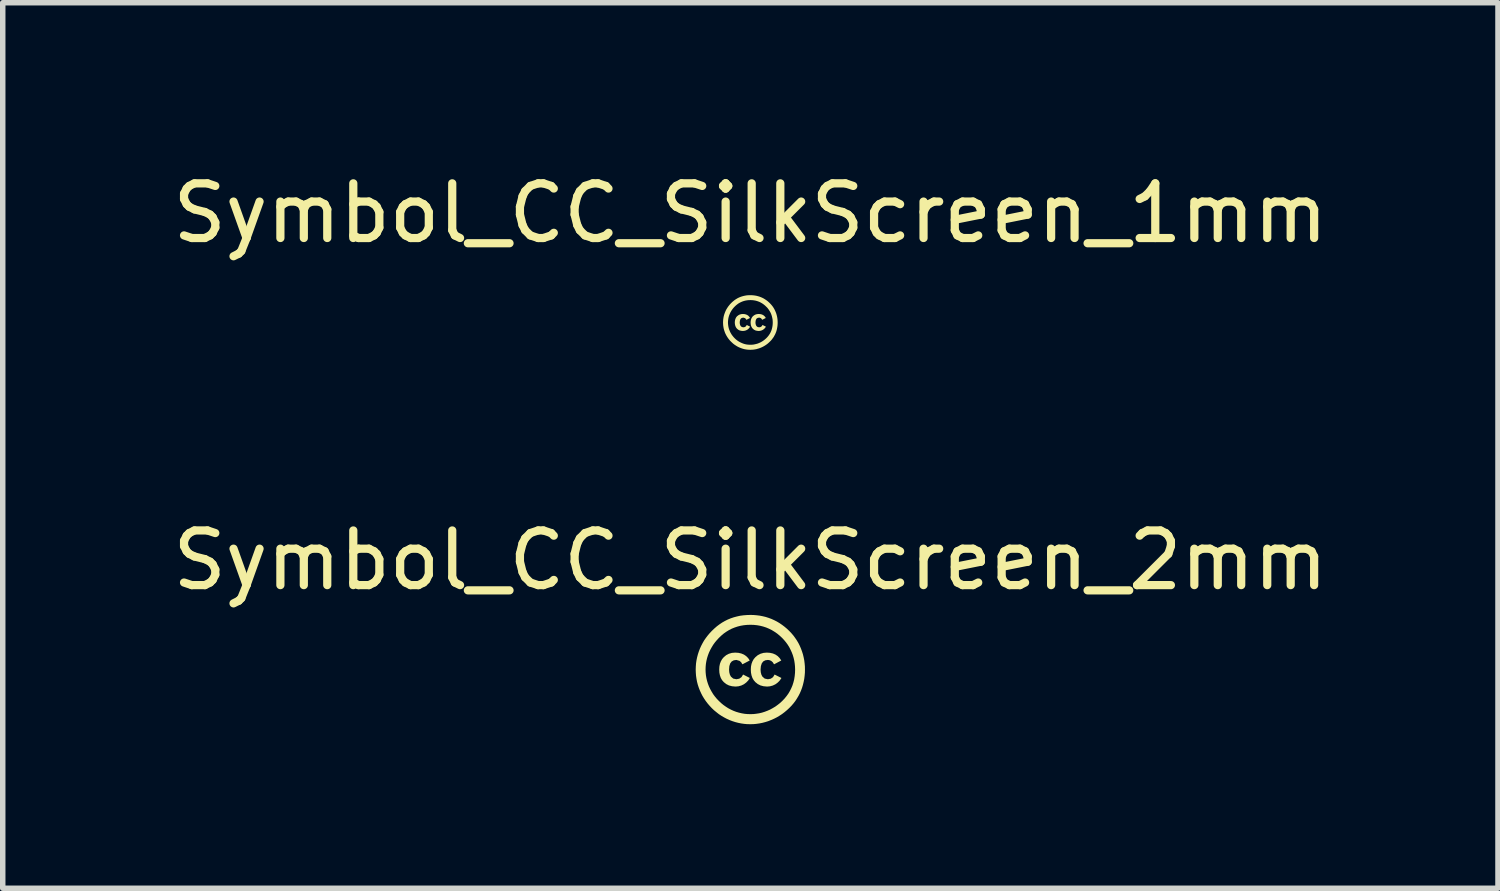
<source format=kicad_pcb>
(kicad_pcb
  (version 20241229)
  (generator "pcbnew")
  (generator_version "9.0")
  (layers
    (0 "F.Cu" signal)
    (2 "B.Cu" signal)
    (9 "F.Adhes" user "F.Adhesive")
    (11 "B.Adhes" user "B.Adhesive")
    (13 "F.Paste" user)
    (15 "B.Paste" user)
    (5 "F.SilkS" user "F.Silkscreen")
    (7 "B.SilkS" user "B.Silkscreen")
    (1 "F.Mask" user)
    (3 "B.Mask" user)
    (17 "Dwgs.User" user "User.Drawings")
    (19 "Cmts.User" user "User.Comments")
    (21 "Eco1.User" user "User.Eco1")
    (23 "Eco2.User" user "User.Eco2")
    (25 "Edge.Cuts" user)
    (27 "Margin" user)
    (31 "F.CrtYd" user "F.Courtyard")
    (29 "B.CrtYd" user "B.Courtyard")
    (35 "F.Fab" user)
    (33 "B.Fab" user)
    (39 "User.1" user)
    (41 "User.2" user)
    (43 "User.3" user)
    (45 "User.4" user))
  (footprint "Symbol_CC_SilkScreen_1mm"
    (layer "F.Cu")
    (at 10.673 2.848)
    (property "Reference" "Symbol_CC_SilkScreen_1mm" (at 0 -2 0) (layer "F.SilkS") (effects (font (size 1 1) (thickness 0.15))))
    (attr exclude_from_pos_files exclude_from_bom)
    (fp_poly (pts (xy -0.006 -0.083) (xy -0.073 -0.049) (xy -0.085 -0.068) (xy -0.099 -0.08) (xy -0.128 -0.089) (xy -0.152 -0.085) (xy -0.171 -0.075) (xy -0.184 -0.057) (xy -0.192 -0.032) (xy -0.195 -0.000435) (xy -0.193 0.025) (xy -0.187 0.046) (xy -0.178 0.064) (xy -0.157 0.082) (xy -0.128 0.088) (xy -0.102 0.083) (xy -0.081 0.069) (xy -0.066 0.045) (xy -0.005 0.076) (xy -0.02 0.099) (xy -0.038 0.118) (xy -0.059 0.134) (xy -0.083 0.145) (xy -0.109 0.152) (xy -0.136 0.155) (xy -0.168 0.152) (xy -0.197 0.145) (xy -0.222 0.132) (xy -0.244 0.114) (xy -0.259 0.096) (xy -0.27 0.076) (xy -0.278 0.053) (xy -0.283 0.028) (xy -0.285 -0.00042) (xy -0.283 -0.028) (xy -0.278 -0.053) (xy -0.27 -0.075) (xy -0.259 -0.096) (xy -0.244 -0.114) (xy -0.221 -0.132) (xy -0.197 -0.145) (xy -0.169 -0.153) (xy -0.139 -0.156) (xy -0.109 -0.154) (xy -0.083 -0.148) (xy -0.059 -0.138) (xy -0.038 -0.124) (xy -0.021 -0.105) (xy -0.006 -0.083)) (stroke (width 0) (type solid)) (fill yes) (layer "F.SilkS"))
    (fp_poly (pts (xy 0.282 -0.083) (xy 0.216 -0.049) (xy 0.204 -0.068) (xy 0.19 -0.08) (xy 0.175 -0.087) (xy 0.16 -0.089) (xy 0.136 -0.085) (xy 0.117 -0.075) (xy 0.104 -0.057) (xy 0.096 -0.032) (xy 0.093 -0.000435) (xy 0.095 0.025) (xy 0.101 0.046) (xy 0.11 0.064) (xy 0.131 0.082) (xy 0.16 0.088) (xy 0.186 0.083) (xy 0.207 0.069) (xy 0.222 0.045) (xy 0.284 0.076) (xy 0.269 0.099) (xy 0.25 0.118) (xy 0.229 0.134) (xy 0.205 0.145) (xy 0.18 0.152) (xy 0.153 0.155) (xy 0.121 0.152) (xy 0.092 0.145) (xy 0.067 0.132) (xy 0.045 0.114) (xy 0.03 0.096) (xy 0.019 0.076) (xy 0.01 0.053) (xy 0.006 0.028) (xy 0.004 -0.00042) (xy 0.006 -0.028) (xy 0.011 -0.053) (xy 0.019 -0.075) (xy 0.031 -0.096) (xy 0.045 -0.114) (xy 0.068 -0.132) (xy 0.092 -0.145) (xy 0.12 -0.153) (xy 0.15 -0.156) (xy 0.18 -0.154) (xy 0.206 -0.148) (xy 0.23 -0.138) (xy 0.25 -0.124) (xy 0.268 -0.105) (xy 0.282 -0.083)) (stroke (width 0) (type solid)) (fill yes) (layer "F.SilkS"))
    (fp_poly (pts (xy -0.001 -0.5) (xy 0.000418 -0.41) (xy 0.031 -0.409) (xy 0.06 -0.406) (xy 0.089 -0.401) (xy 0.117 -0.394) (xy 0.144 -0.385) (xy 0.171 -0.374) (xy 0.196 -0.361) (xy 0.221 -0.346) (xy 0.245 -0.329) (xy 0.268 -0.31) (xy 0.29 -0.289) (xy 0.309 -0.27) (xy 0.326 -0.249) (xy 0.341 -0.227) (xy 0.355 -0.205) (xy 0.368 -0.182) (xy 0.379 -0.157) (xy 0.388 -0.132) (xy 0.395 -0.107) (xy 0.401 -0.081) (xy 0.406 -0.055) (xy 0.408 -0.028) (xy 0.409 -0.000436) (xy 0.408 0.03) (xy 0.405 0.06) (xy 0.4 0.089) (xy 0.393 0.117) (xy 0.385 0.144) (xy 0.374 0.17) (xy 0.362 0.195) (xy 0.347 0.219) (xy 0.331 0.242) (xy 0.312 0.265) (xy 0.292 0.286) (xy 0.271 0.305) (xy 0.25 0.322) (xy 0.228 0.338) (xy 0.205 0.352) (xy 0.181 0.365) (xy 0.156 0.376) (xy 0.131 0.386) (xy 0.105 0.393) (xy 0.079 0.399) (xy 0.053 0.404) (xy 0.027 0.406) (xy 0.000418 0.407) (xy -0.026 0.406) (xy -0.053 0.404) (xy -0.079 0.4) (xy -0.105 0.394) (xy -0.13 0.386) (xy -0.155 0.376) (xy -0.179 0.365) (xy -0.202 0.353) (xy -0.225 0.339) (xy -0.247 0.323) (xy -0.268 0.306) (xy -0.288 0.287) (xy -0.307 0.267) (xy -0.324 0.246) (xy -0.34 0.225) (xy -0.354 0.202) (xy -0.367 0.179) (xy -0.378 0.154) (xy -0.388 0.129) (xy -0.396 0.104) (xy -0.402 0.078) (xy -0.406 0.052) (xy -0.409 0.026) (xy -0.41 -0.000436) (xy -0.409 -0.027) (xy -0.406 -0.054) (xy -0.402 -0.08) (xy -0.396 -0.106) (xy -0.388 -0.131) (xy -0.378 -0.156) (xy -0.367 -0.181) (xy -0.354 -0.204) (xy -0.34 -0.227) (xy -0.324 -0.249) (xy -0.307 -0.27) (xy -0.288 -0.29) (xy -0.266 -0.311) (xy -0.243 -0.33) (xy -0.22 -0.347) (xy -0.196 -0.361) (xy -0.17 -0.374) (xy -0.144 -0.385) (xy -0.117 -0.394) (xy -0.089 -0.401) (xy -0.06 -0.406) (xy -0.03 -0.409) (xy 0.000418 -0.41) (xy -0.001 -0.5) (xy -0.033 -0.499) (xy -0.064 -0.497) (xy -0.094 -0.492) (xy -0.123 -0.486) (xy -0.152 -0.478) (xy -0.179 -0.469) (xy -0.206 -0.458) (xy -0.233 -0.445) (xy -0.258 -0.43) (xy -0.283 -0.414) (xy -0.306 -0.396) (xy -0.33 -0.376) (xy -0.352 -0.355) (xy -0.372 -0.334) (xy -0.39 -0.312) (xy -0.408 -0.289) (xy -0.423 -0.266) (xy -0.438 -0.242) (xy -0.451 -0.217) (xy -0.462 -0.191) (xy -0.472 -0.165) (xy -0.481 -0.138) (xy -0.488 -0.111) (xy -0.493 -0.084) (xy -0.497 -0.056) (xy -0.499 -0.029) (xy -0.5 -0.000467) (xy -0.499 0.028) (xy -0.497 0.056) (xy -0.493 0.083) (xy -0.488 0.111) (xy -0.481 0.137) (xy -0.472 0.164) (xy -0.463 0.19) (xy -0.451 0.215) (xy -0.438 0.24) (xy -0.424 0.263) (xy -0.408 0.287) (xy -0.391 0.309) (xy -0.373 0.331) (xy -0.353 0.351) (xy -0.332 0.371) (xy -0.311 0.39) (xy -0.288 0.407) (xy -0.265 0.422) (xy -0.241 0.437) (xy -0.216 0.45) (xy -0.191 0.461) (xy -0.165 0.471) (xy -0.138 0.48) (xy -0.112 0.487) (xy -0.085 0.492) (xy -0.057 0.496) (xy -0.029 0.498) (xy -0.001 0.499) (xy 0.027 0.498) (xy 0.055 0.496) (xy 0.082 0.492) (xy 0.11 0.487) (xy 0.137 0.479) (xy 0.164 0.471) (xy 0.19 0.461) (xy 0.217 0.449) (xy 0.242 0.436) (xy 0.266 0.422) (xy 0.29 0.406) (xy 0.313 0.389) (xy 0.335 0.37) (xy 0.356 0.35) (xy 0.376 0.33) (xy 0.394 0.309) (xy 0.41 0.287) (xy 0.426 0.265) (xy 0.439 0.241) (xy 0.452 0.217) (xy 0.463 0.192) (xy 0.473 0.166) (xy 0.481 0.139) (xy 0.487 0.113) (xy 0.492 0.085) (xy 0.496 0.057) (xy 0.498 0.029) (xy 0.499 -0.000467) (xy 0.498 -0.029) (xy 0.496 -0.058) (xy 0.492 -0.086) (xy 0.487 -0.113) (xy 0.48 -0.14) (xy 0.472 -0.167) (xy 0.462 -0.193) (xy 0.451 -0.218) (xy 0.439 -0.243) (xy 0.425 -0.267) (xy 0.41 -0.29) (xy 0.393 -0.312) (xy 0.375 -0.333) (xy 0.355 -0.354) (xy 0.334 -0.374) (xy 0.312 -0.393) (xy 0.289 -0.41) (xy 0.266 -0.425) (xy 0.242 -0.44) (xy 0.218 -0.452) (xy 0.193 -0.463) (xy 0.167 -0.473) (xy 0.14 -0.481) (xy 0.113 -0.488) (xy 0.086 -0.493) (xy 0.057 -0.497) (xy 0.028 -0.499) (xy -0.001 -0.5)) (stroke (width 0) (type solid)) (fill yes) (layer "F.SilkS")))
  (footprint "Symbol_CC_SilkScreen_2mm"
    (layer "F.Cu")
    (at 10.673 9.196)
    (property "Reference" "Symbol_CC_SilkScreen_2mm" (at 0 -2 0) (layer "F.SilkS") (effects (font (size 1 1) (thickness 0.15))))
    (attr exclude_from_pos_files exclude_from_bom)
    (fp_poly (pts (xy -0.012 -0.167) (xy -0.146 -0.097) (xy -0.169 -0.135) (xy -0.198 -0.16) (xy -0.256 -0.177) (xy -0.304 -0.17) (xy -0.342 -0.149) (xy -0.369 -0.114) (xy -0.385 -0.064) (xy -0.39 -0.001) (xy -0.386 0.049) (xy -0.375 0.092) (xy -0.356 0.128) (xy -0.314 0.164) (xy -0.256 0.176) (xy -0.204 0.166) (xy -0.163 0.138) (xy -0.133 0.09) (xy -0.01 0.153) (xy -0.039 0.198) (xy -0.076 0.236) (xy -0.119 0.268) (xy -0.167 0.291) (xy -0.218 0.305) (xy -0.272 0.31) (xy -0.336 0.304) (xy -0.393 0.289) (xy -0.444 0.263) (xy -0.488 0.227) (xy -0.518 0.192) (xy -0.541 0.152) (xy -0.557 0.106) (xy -0.567 0.055) (xy -0.57 -0.001) (xy -0.567 -0.056) (xy -0.557 -0.106) (xy -0.54 -0.151) (xy -0.517 -0.192) (xy -0.487 -0.227) (xy -0.443 -0.264) (xy -0.393 -0.29) (xy -0.338 -0.306) (xy -0.278 -0.311) (xy -0.219 -0.307) (xy -0.166 -0.295) (xy -0.118 -0.275) (xy -0.077 -0.247) (xy -0.041 -0.211) (xy -0.012 -0.167)) (stroke (width 0) (type solid)) (fill yes) (layer "F.SilkS"))
    (fp_poly (pts (xy 0.565 -0.167) (xy 0.433 -0.097) (xy 0.409 -0.135) (xy 0.38 -0.16) (xy 0.349 -0.173) (xy 0.32 -0.177) (xy 0.272 -0.17) (xy 0.234 -0.149) (xy 0.208 -0.114) (xy 0.192 -0.064) (xy 0.186 -0.001) (xy 0.19 0.049) (xy 0.201 0.092) (xy 0.22 0.128) (xy 0.262 0.164) (xy 0.32 0.176) (xy 0.373 0.166) (xy 0.414 0.138) (xy 0.443 0.09) (xy 0.568 0.153) (xy 0.538 0.198) (xy 0.501 0.236) (xy 0.458 0.268) (xy 0.41 0.291) (xy 0.359 0.305) (xy 0.306 0.31) (xy 0.241 0.304) (xy 0.184 0.289) (xy 0.133 0.263) (xy 0.089 0.227) (xy 0.06 0.192) (xy 0.037 0.152) (xy 0.021 0.106) (xy 0.011 0.055) (xy 0.008 -0.001) (xy 0.011 -0.056) (xy 0.021 -0.106) (xy 0.038 -0.151) (xy 0.061 -0.192) (xy 0.091 -0.227) (xy 0.135 -0.264) (xy 0.185 -0.29) (xy 0.24 -0.306) (xy 0.301 -0.311) (xy 0.359 -0.307) (xy 0.412 -0.295) (xy 0.459 -0.275) (xy 0.5 -0.247) (xy 0.535 -0.211) (xy 0.565 -0.167)) (stroke (width 0) (type solid)) (fill yes) (layer "F.SilkS"))
    (fp_poly (pts (xy -0.003 -1) (xy 0.001 -0.82) (xy 0.062 -0.818) (xy 0.121 -0.812) (xy 0.178 -0.802) (xy 0.234 -0.788) (xy 0.289 -0.77) (xy 0.341 -0.748) (xy 0.393 -0.722) (xy 0.442 -0.692) (xy 0.49 -0.659) (xy 0.536 -0.621) (xy 0.581 -0.579) (xy 0.618 -0.539) (xy 0.652 -0.498) (xy 0.683 -0.455) (xy 0.711 -0.41) (xy 0.735 -0.363) (xy 0.757 -0.315) (xy 0.776 -0.265) (xy 0.791 -0.214) (xy 0.803 -0.162) (xy 0.811 -0.109) (xy 0.816 -0.056) (xy 0.818 -0.001) (xy 0.816 0.061) (xy 0.81 0.121) (xy 0.801 0.178) (xy 0.787 0.234) (xy 0.77 0.288) (xy 0.748 0.34) (xy 0.723 0.39) (xy 0.694 0.439) (xy 0.661 0.485) (xy 0.625 0.529) (xy 0.584 0.572) (xy 0.543 0.61) (xy 0.5 0.644) (xy 0.456 0.676) (xy 0.409 0.704) (xy 0.362 0.73) (xy 0.312 0.752) (xy 0.262 0.771) (xy 0.211 0.787) (xy 0.159 0.799) (xy 0.107 0.807) (xy 0.054 0.813) (xy 0.001 0.814) (xy -0.053 0.813) (xy -0.106 0.808) (xy -0.158 0.799) (xy -0.209 0.787) (xy -0.26 0.772) (xy -0.31 0.753) (xy -0.358 0.731) (xy -0.405 0.706) (xy -0.45 0.677) (xy -0.494 0.646) (xy -0.535 0.612) (xy -0.575 0.574) (xy -0.613 0.535) (xy -0.648 0.493) (xy -0.68 0.45) (xy -0.708 0.404) (xy -0.734 0.357) (xy -0.757 0.309) (xy -0.776 0.259) (xy -0.792 0.208) (xy -0.804 0.157) (xy -0.813 0.105) (xy -0.818 0.052) (xy -0.82 -0.001) (xy -0.818 -0.055) (xy -0.813 -0.108) (xy -0.804 -0.16) (xy -0.792 -0.211) (xy -0.776 -0.262) (xy -0.757 -0.312) (xy -0.734 -0.361) (xy -0.708 -0.408) (xy -0.68 -0.454) (xy -0.648 -0.498) (xy -0.613 -0.54) (xy -0.575 -0.581) (xy -0.532 -0.622) (xy -0.487 -0.66) (xy -0.44 -0.693) (xy -0.391 -0.723) (xy -0.34 -0.749) (xy -0.288 -0.77) (xy -0.234 -0.788) (xy -0.178 -0.802) (xy -0.12 -0.812) (xy -0.061 -0.818) (xy 0.001 -0.82) (xy -0.003 -1) (xy -0.066 -0.998) (xy -0.128 -0.993) (xy -0.188 -0.985) (xy -0.246 -0.972) (xy -0.303 -0.957) (xy -0.359 -0.938) (xy -0.413 -0.916) (xy -0.465 -0.89) (xy -0.516 -0.861) (xy -0.565 -0.828) (xy -0.613 -0.792) (xy -0.659 -0.752) (xy -0.704 -0.709) (xy -0.744 -0.667) (xy -0.781 -0.623) (xy -0.815 -0.578) (xy -0.847 -0.532) (xy -0.875 -0.483) (xy -0.901 -0.433) (xy -0.924 -0.382) (xy -0.944 -0.329) (xy -0.961 -0.276) (xy -0.975 -0.222) (xy -0.986 -0.168) (xy -0.994 -0.113) (xy -0.998 -0.057) (xy -1 -0.001) (xy -0.998 0.056) (xy -0.994 0.112) (xy -0.986 0.167) (xy -0.976 0.221) (xy -0.962 0.275) (xy -0.945 0.327) (xy -0.925 0.379) (xy -0.902 0.43) (xy -0.877 0.479) (xy -0.848 0.527) (xy -0.817 0.573) (xy -0.783 0.618) (xy -0.746 0.661) (xy -0.707 0.703) (xy -0.665 0.743) (xy -0.621 0.779) (xy -0.577 0.814) (xy -0.53 0.845) (xy -0.482 0.873) (xy -0.433 0.899) (xy -0.382 0.922) (xy -0.33 0.942) (xy -0.277 0.959) (xy -0.223 0.973) (xy -0.169 0.984) (xy -0.114 0.992) (xy -0.059 0.997) (xy -0.003 0.998) (xy 0.054 0.997) (xy 0.109 0.992) (xy 0.165 0.984) (xy 0.22 0.973) (xy 0.274 0.959) (xy 0.328 0.942) (xy 0.381 0.921) (xy 0.433 0.898) (xy 0.484 0.872) (xy 0.533 0.843) (xy 0.58 0.812) (xy 0.626 0.777) (xy 0.67 0.74) (xy 0.713 0.7) (xy 0.752 0.66) (xy 0.788 0.618) (xy 0.821 0.575) (xy 0.851 0.529) (xy 0.879 0.482) (xy 0.904 0.434) (xy 0.926 0.383) (xy 0.945 0.332) (xy 0.961 0.279) (xy 0.974 0.225) (xy 0.985 0.17) (xy 0.992 0.114) (xy 0.997 0.057) (xy 0.998 -0.001) (xy 0.997 -0.059) (xy 0.992 -0.115) (xy 0.985 -0.171) (xy 0.974 -0.226) (xy 0.961 -0.28) (xy 0.944 -0.333) (xy 0.925 -0.385) (xy 0.903 -0.436) (xy 0.878 -0.486) (xy 0.85 -0.533) (xy 0.819 -0.579) (xy 0.786 -0.624) (xy 0.75 -0.666) (xy 0.711 -0.707) (xy 0.668 -0.748) (xy 0.624 -0.785) (xy 0.579 -0.819) (xy 0.532 -0.851) (xy 0.485 -0.879) (xy 0.436 -0.904) (xy 0.385 -0.927) (xy 0.334 -0.946) (xy 0.281 -0.963) (xy 0.227 -0.976) (xy 0.171 -0.987) (xy 0.114 -0.994) (xy 0.056 -0.999) (xy -0.003 -1)) (stroke (width 0) (type solid)) (fill yes) (layer "F.SilkS")))
  (gr_rect
    (start -3 -3)
    (end 24.345 13.194)
    (stroke (width 0.1) (type default))
    (fill no)
    (layer "Edge.Cuts")))
</source>
